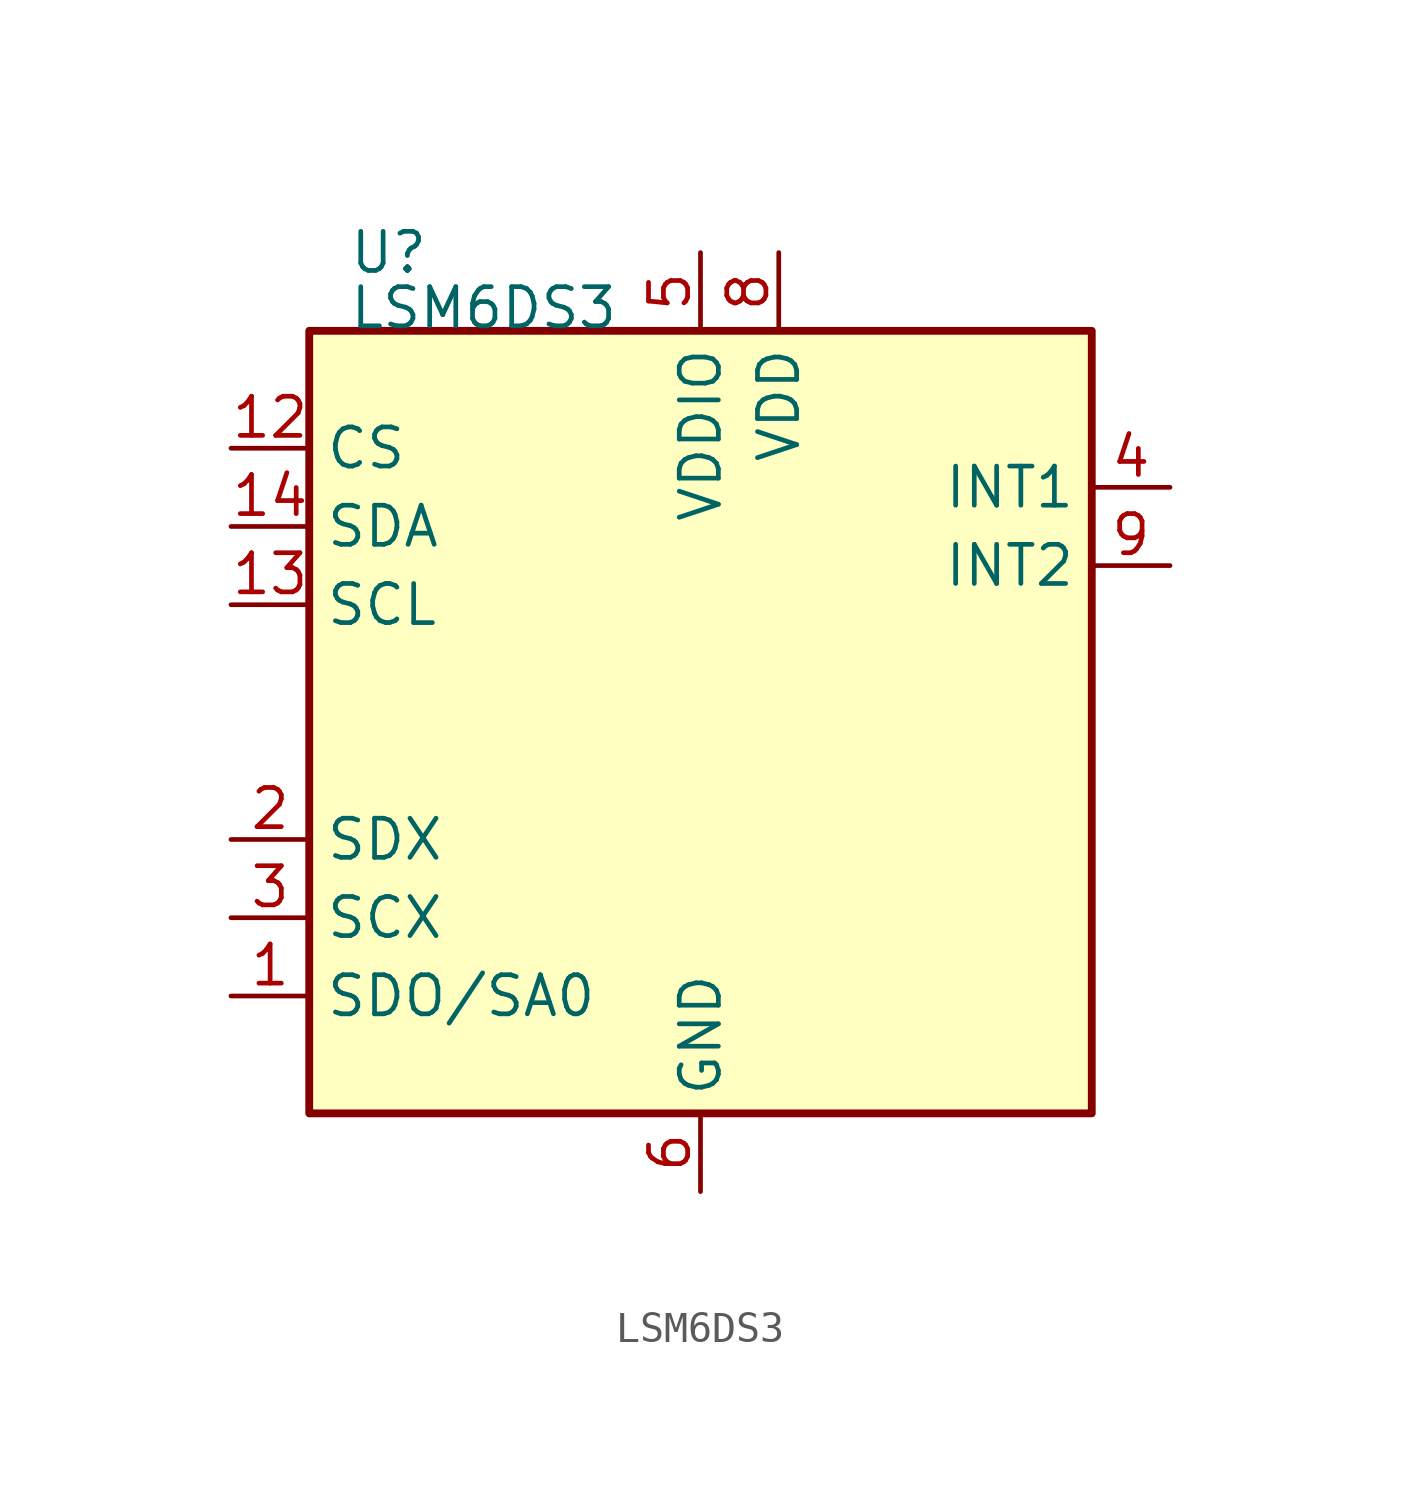
<source format=kicad_sym>
(kicad_symbol_lib
  (version 20220914)
  (generator kicad_symbol_editor)
  (symbol "LSM6DS3"
    (property "Reference" "U"
      (at -11.43 15.24 0)
      (effects (font (size 1.27 1.27)) (justify left)))
    (property "Value" "LSM6DS3"
      (at -11.43 12.7 0)
      (effects (font (size 1.27 1.27)) (justify left bottom)))
    (symbol "LSM6DS3_0_1"
      (rectangle (start -12.7 12.7) (end 12.7 -12.7) (stroke (width 0.254) (type default)) (fill (type background))))
    (symbol "LSM6DS3_1_1"
      (pin bidirectional line (at -15.24 -8.89 0) (length 2.54) (name "SDO/SA0" (effects (font (size 1.27 1.27)))) (number "1" (effects (font (size 1.27 1.27)))))
      (pin no_connect line (at 12.7 -5.08 180) (length 3.81) hide (name "NC" (effects (font (size 1.27 1.27)))) (number "10" (effects (font (size 1.27 1.27)))))
      (pin no_connect line (at 12.7 -2.54 180) (length 3.81) hide (name "NC" (effects (font (size 1.27 1.27)))) (number "11" (effects (font (size 1.27 1.27)))))
      (pin input line (at -15.24 8.89 0) (length 2.54) (name "CS" (effects (font (size 1.27 1.27)))) (number "12" (effects (font (size 1.27 1.27)))))
      (pin input line (at -15.24 3.81 0) (length 2.54) (name "SCL" (effects (font (size 1.27 1.27)))) (number "13" (effects (font (size 1.27 1.27)))))
      (pin bidirectional line (at -15.24 6.35 0) (length 2.54) (name "SDA" (effects (font (size 1.27 1.27)))) (number "14" (effects (font (size 1.27 1.27)))))
      (pin bidirectional line (at -15.24 -3.81 0) (length 2.54) (name "SDX" (effects (font (size 1.27 1.27)))) (number "2" (effects (font (size 1.27 1.27)))))
      (pin input line (at -15.24 -6.35 0) (length 2.54) (name "SCX" (effects (font (size 1.27 1.27)))) (number "3" (effects (font (size 1.27 1.27)))))
      (pin output line (at 15.24 7.62 180) (length 2.54) (name "INT1" (effects (font (size 1.27 1.27)))) (number "4" (effects (font (size 1.27 1.27)))))
      (pin power_in line (at 0 15.24 270) (length 2.54) (name "VDDIO" (effects (font (size 1.27 1.27)))) (number "5" (effects (font (size 1.27 1.27)))))
      (pin power_in line (at 0 -15.24 90) (length 2.54) (name "GND" (effects (font (size 1.27 1.27)))) (number "6" (effects (font (size 1.27 1.27)))))
      (pin passive line (at 0 -15.24 90) (length 2.54) hide (name "GND" (effects (font (size 1.27 1.27)))) (number "7" (effects (font (size 1.27 1.27)))))
      (pin power_in line (at 2.54 15.24 270) (length 2.54) (name "VDD" (effects (font (size 1.27 1.27)))) (number "8" (effects (font (size 1.27 1.27)))))
      (pin output line (at 15.24 5.08 180) (length 2.54) (name "INT2" (effects (font (size 1.27 1.27)))) (number "9" (effects (font (size 1.27 1.27))))))))
</source>
